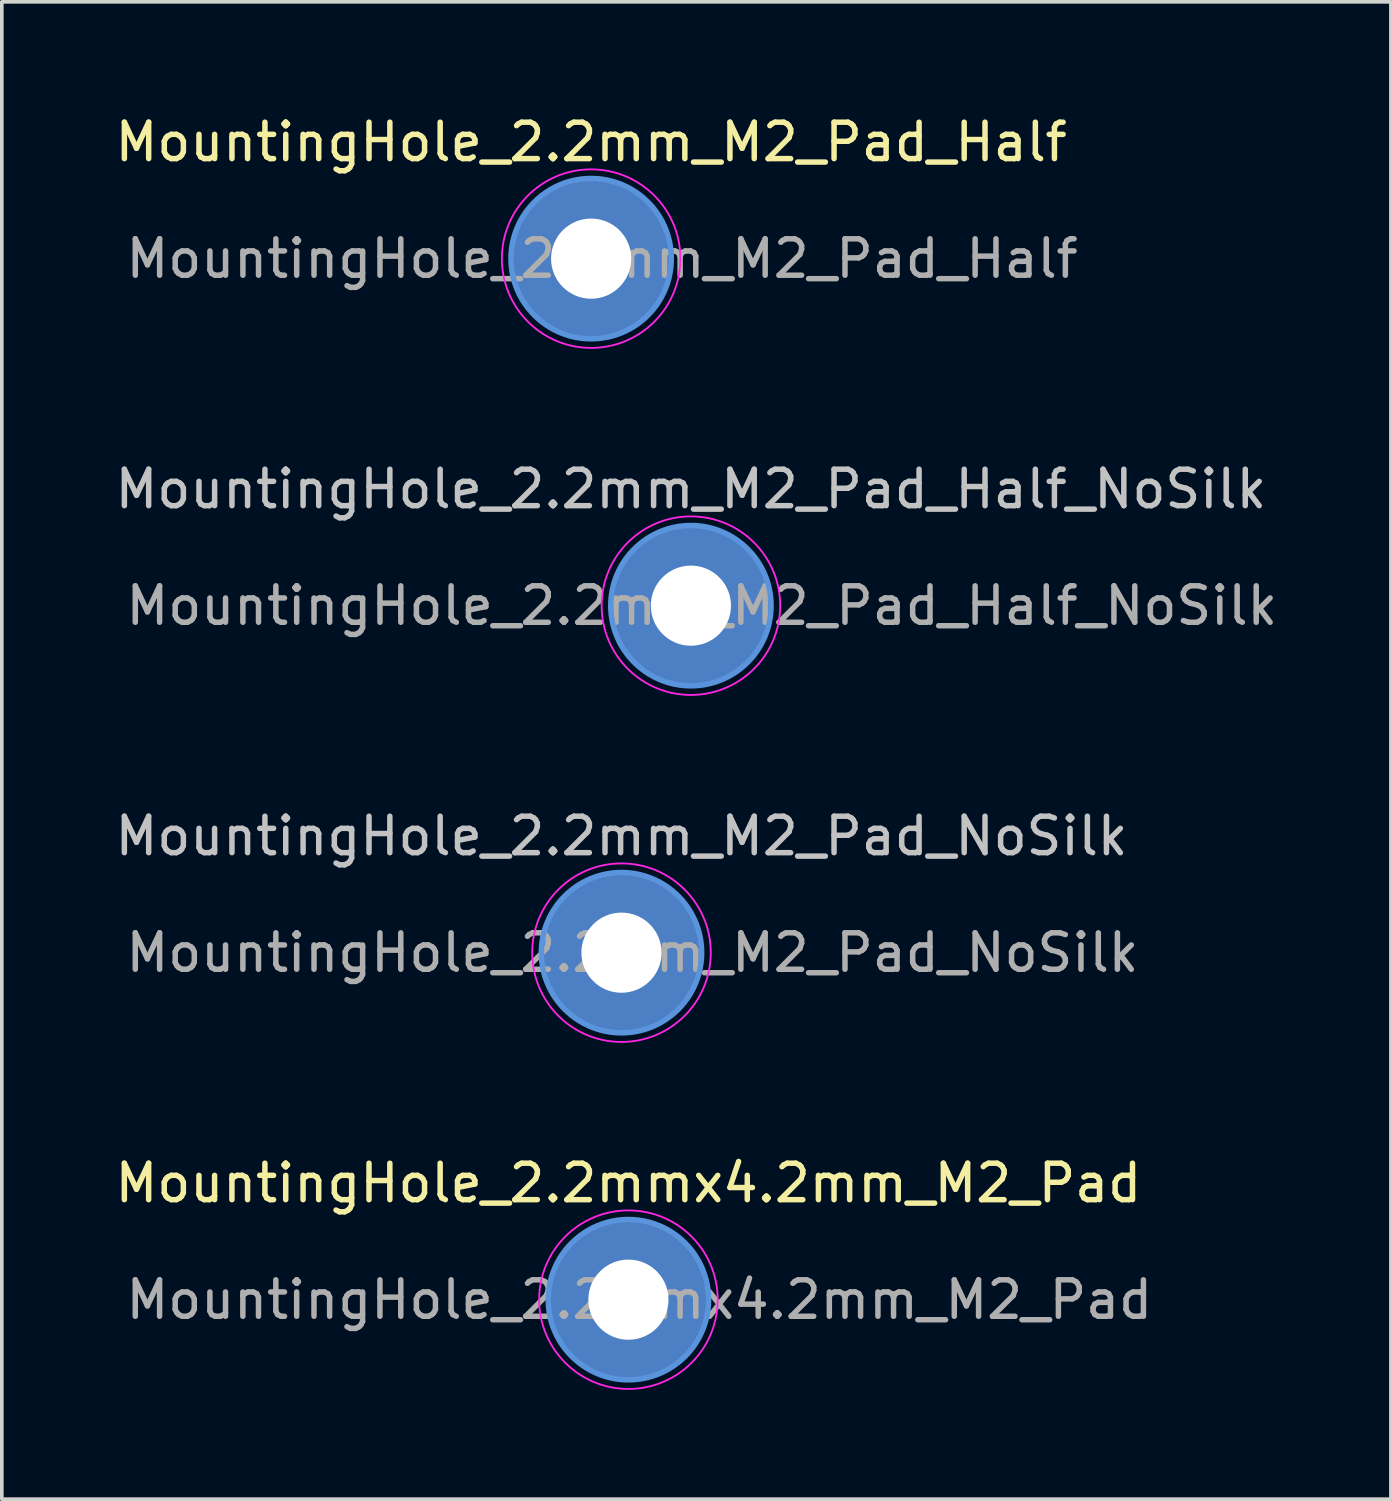
<source format=kicad_pcb>
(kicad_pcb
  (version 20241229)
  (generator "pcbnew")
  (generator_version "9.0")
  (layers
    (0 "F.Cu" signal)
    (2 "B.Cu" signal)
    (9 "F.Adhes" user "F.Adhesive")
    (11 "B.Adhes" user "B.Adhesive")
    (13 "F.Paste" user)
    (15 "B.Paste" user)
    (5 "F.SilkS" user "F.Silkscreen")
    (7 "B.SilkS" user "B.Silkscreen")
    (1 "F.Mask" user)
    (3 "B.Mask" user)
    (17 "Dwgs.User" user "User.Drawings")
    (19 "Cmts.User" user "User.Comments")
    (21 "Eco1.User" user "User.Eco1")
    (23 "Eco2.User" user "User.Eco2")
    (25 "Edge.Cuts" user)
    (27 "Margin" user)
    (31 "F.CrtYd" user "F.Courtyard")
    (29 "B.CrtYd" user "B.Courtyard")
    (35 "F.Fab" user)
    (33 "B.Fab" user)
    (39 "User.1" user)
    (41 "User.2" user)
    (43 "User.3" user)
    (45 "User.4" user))
  (footprint "MountingHole_2.2mmx4.2mm_M2_Pad"
    (layer "F.Cu")
    (at 14.196 32.618)
    (property "Reference" "MountingHole_2.2mmx4.2mm_M2_Pad" (at 0 -3.2 0) (layer "F.SilkS") (effects (font (size 1 1) (thickness 0.15))))
    (attr exclude_from_pos_files exclude_from_bom)
    (fp_circle (center 0 0) (end 2.2 0) (stroke (width 0.15) (type solid)) (fill no) (layer "Cmts.User"))
    (fp_circle (center 0 0) (end 2.45 0) (stroke (width 0.05) (type solid)) (fill no) (layer "F.CrtYd"))
    (fp_text user "${REFERENCE}" (at 0.3 0 0) (layer "F.Fab") (effects (font (size 1 1) (thickness 0.15))))
    (pad "1" thru_hole circle (at 0 0) (size 4.4 4.4) (drill 2.2) (layers "*.Cu" "*.Mask")))
  (footprint "MountingHole_2.2mm_M2_Pad_Half"
    (layer "F.Cu")
    (at 13.173 4.048)
    (property "Reference" "MountingHole_2.2mm_M2_Pad_Half" (at 0 -3.2 0) (layer "F.SilkS") (effects (font (size 1 1) (thickness 0.15))))
    (attr exclude_from_pos_files exclude_from_bom)
    (fp_circle (center 0 0) (end 2.2 0) (stroke (width 0.15) (type solid)) (fill no) (layer "Cmts.User"))
    (fp_circle (center 0 0) (end 2.45 0) (stroke (width 0.05) (type solid)) (fill no) (layer "F.CrtYd"))
    (fp_text user "${REFERENCE}" (at 0.3 0 0) (layer "F.Fab") (effects (font (size 1 1) (thickness 0.15))))
    (pad "1" thru_hole circle (at 0 0) (size 4.4 4.4) (drill 2.2) (layers "F.Cu" "F.Mask")))
  (footprint "MountingHole_2.2mm_M2_Pad_NoSilk"
    (layer "F.Cu")
    (at 14.006 23.095)
    (property "Reference" "MountingHole_2.2mm_M2_Pad_NoSilk" (at 0 -3.2 0) (layer "Dwgs.User") (effects (font (size 1 1) (thickness 0.15))))
    (attr exclude_from_pos_files exclude_from_bom)
    (fp_circle (center 0 0) (end 2.2 0) (stroke (width 0.15) (type solid)) (fill no) (layer "Cmts.User"))
    (fp_circle (center 0 0) (end 2.45 0) (stroke (width 0.05) (type solid)) (fill no) (layer "F.CrtYd"))
    (fp_text user "${REFERENCE}" (at 0.3 0 0) (layer "F.Fab") (effects (font (size 1 1) (thickness 0.15))))
    (pad "1" thru_hole circle (at 0 0) (size 4.4 4.4) (drill 2.2) (layers "*.Cu" "*.Mask")))
  (footprint "MountingHole_2.2mm_M2_Pad_Half_NoSilk"
    (layer "F.Cu")
    (at 15.911 13.572)
    (property "Reference" "MountingHole_2.2mm_M2_Pad_Half_NoSilk" (at 0 -3.2 0) (layer "Dwgs.User") (effects (font (size 1 1) (thickness 0.15))))
    (attr exclude_from_pos_files exclude_from_bom)
    (fp_circle (center 0 0) (end 2.2 0) (stroke (width 0.15) (type solid)) (fill no) (layer "Cmts.User"))
    (fp_circle (center 0 0) (end 2.45 0) (stroke (width 0.05) (type solid)) (fill no) (layer "F.CrtYd"))
    (fp_text user "${REFERENCE}" (at 0.3 0 0) (layer "F.Fab") (effects (font (size 1 1) (thickness 0.15))))
    (pad "1" thru_hole circle (at 0 0) (size 4.4 4.4) (drill 2.2) (layers "F.Cu" "F.Mask")))
  (gr_rect
    (start -3 -3)
    (end 35.121 38.093)
    (stroke (width 0.1) (type default))
    (fill no)
    (layer "Edge.Cuts")))
</source>
